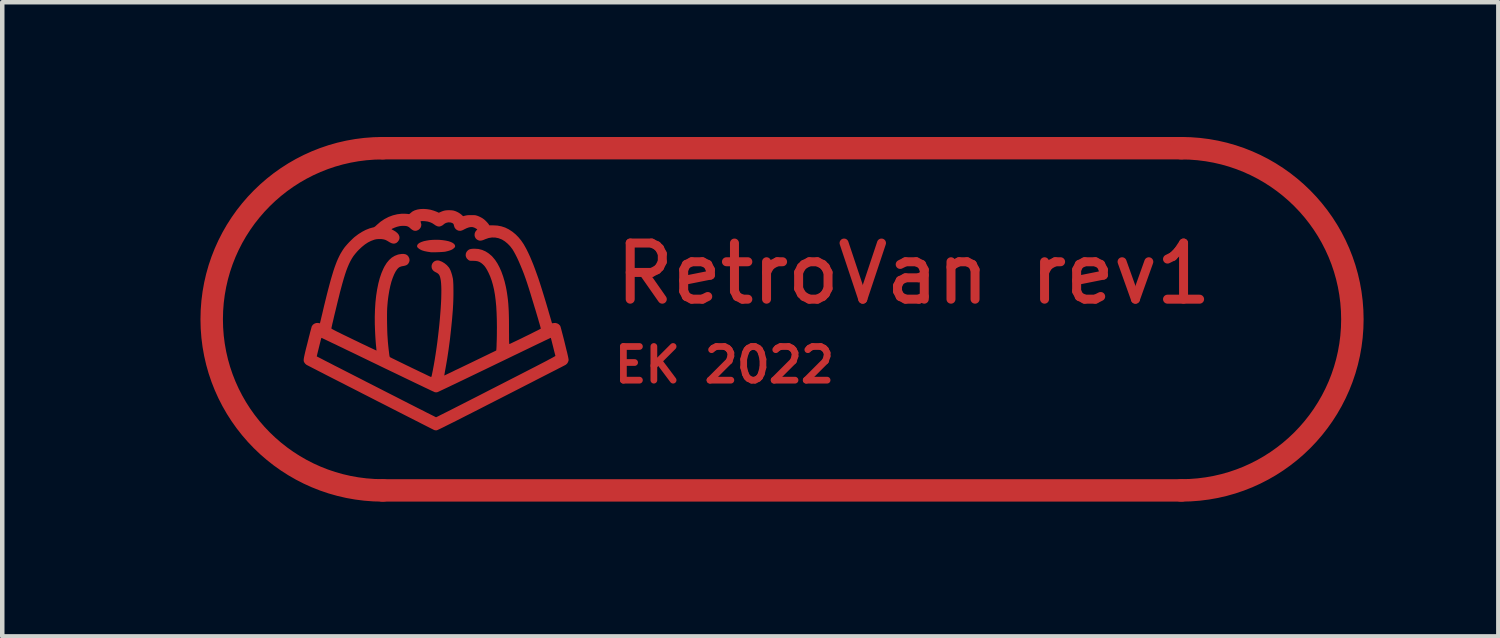
<source format=kicad_pcb>
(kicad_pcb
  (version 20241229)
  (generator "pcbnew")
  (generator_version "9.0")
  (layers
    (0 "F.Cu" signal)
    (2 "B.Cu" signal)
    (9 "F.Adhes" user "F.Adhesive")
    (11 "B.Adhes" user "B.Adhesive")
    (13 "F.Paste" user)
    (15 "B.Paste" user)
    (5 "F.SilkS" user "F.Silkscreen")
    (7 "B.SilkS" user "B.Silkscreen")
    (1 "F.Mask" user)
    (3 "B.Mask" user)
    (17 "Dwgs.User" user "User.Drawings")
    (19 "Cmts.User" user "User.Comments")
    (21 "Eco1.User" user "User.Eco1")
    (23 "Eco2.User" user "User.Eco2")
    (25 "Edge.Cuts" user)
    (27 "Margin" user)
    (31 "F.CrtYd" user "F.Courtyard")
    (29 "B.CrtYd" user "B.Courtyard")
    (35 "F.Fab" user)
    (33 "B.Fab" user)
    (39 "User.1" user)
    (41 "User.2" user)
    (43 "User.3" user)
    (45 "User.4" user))
  (footprint "ElsassKabel_Logo"
    (layer "F.Cu")
    (at 6.744 4.06)
    (property "Reference" "ElsassKabel_Logo" (at 0 -0.5 0) (unlocked yes) (layer "F.Mask") (effects (font (size 1 1) (thickness 0.15))))
    (attr smd)
    (fp_line (start -1.27 -3.81) (end 16.51 -3.81) (stroke (width 0.5) (type solid)) (layer "F.Cu"))
    (fp_line (start 16.51 3.81) (end -1.27 3.81) (stroke (width 0.5) (type solid)) (layer "F.Cu"))
    (fp_arc (start -1.27 3.81) (mid -5.08 0) (end -1.27 -3.81) (stroke (width 0.5) (type solid)) (layer "F.Cu"))
    (fp_arc (start 16.51 -3.81) (mid 20.32 0) (end 16.51 3.81) (stroke (width 0.5) (type solid)) (layer "F.Cu"))
    (fp_poly (pts (xy -0.005 -1.769) (xy 0.068 -1.762) (xy 0.134 -1.752) (xy 0.193 -1.739) (xy 0.244 -1.722) (xy 0.285 -1.702) (xy 0.315 -1.68) (xy 0.334 -1.656) (xy 0.341 -1.63) (xy 0.338 -1.614) (xy 0.328 -1.598) (xy 0.313 -1.583) (xy 0.289 -1.564) (xy 0.261 -1.548) (xy 0.226 -1.534) (xy 0.184 -1.521) (xy 0.13 -1.508) (xy 0.122 -1.506) (xy 0.102 -1.503) (xy 0.073 -1.501) (xy 0.035 -1.498) (xy -0.007 -1.496) (xy -0.052 -1.494) (xy -0.096 -1.493) (xy -0.136 -1.492) (xy -0.171 -1.492) (xy -0.196 -1.493) (xy -0.206 -1.494) (xy -0.222 -1.497) (xy -0.245 -1.5) (xy -0.271 -1.504) (xy -0.342 -1.518) (xy -0.4 -1.536) (xy -0.446 -1.559) (xy -0.479 -1.583) (xy -0.497 -1.601) (xy -0.505 -1.616) (xy -0.507 -1.63) (xy -0.501 -1.656) (xy -0.481 -1.681) (xy -0.451 -1.703) (xy -0.409 -1.722) (xy -0.359 -1.739) (xy -0.299 -1.752) (xy -0.233 -1.763) (xy -0.16 -1.769) (xy -0.083 -1.771)) (stroke (width 0) (type solid)) (fill yes) (layer "F.Cu"))
    (fp_poly (pts (xy -0.288 -2.453) (xy -0.212 -2.441) (xy -0.135 -2.419) (xy -0.076 -2.397) (xy -0.022 -2.373) (xy 0.021 -2.392) (xy 0.05 -2.404) (xy 0.082 -2.415) (xy 0.101 -2.42) (xy 0.135 -2.426) (xy 0.177 -2.429) (xy 0.222 -2.429) (xy 0.265 -2.427) (xy 0.3 -2.422) (xy 0.306 -2.421) (xy 0.356 -2.405) (xy 0.407 -2.381) (xy 0.453 -2.352) (xy 0.48 -2.331) (xy 0.518 -2.296) (xy 0.564 -2.308) (xy 0.592 -2.314) (xy 0.622 -2.318) (xy 0.66 -2.32) (xy 0.703 -2.32) (xy 0.741 -2.32) (xy 0.77 -2.319) (xy 0.792 -2.317) (xy 0.812 -2.312) (xy 0.832 -2.306) (xy 0.852 -2.299) (xy 0.886 -2.284) (xy 0.922 -2.266) (xy 0.954 -2.247) (xy 0.956 -2.246) (xy 0.987 -2.223) (xy 1.019 -2.194) (xy 1.05 -2.162) (xy 1.076 -2.132) (xy 1.091 -2.111) (xy 1.102 -2.092) (xy 1.189 -2.092) (xy 1.283 -2.087) (xy 1.371 -2.07) (xy 1.454 -2.043) (xy 1.535 -2.003) (xy 1.616 -1.95) (xy 1.621 -1.946) (xy 1.689 -1.89) (xy 1.752 -1.826) (xy 1.811 -1.754) (xy 1.867 -1.672) (xy 1.92 -1.578) (xy 1.938 -1.543) (xy 1.974 -1.469) (xy 2.01 -1.391) (xy 2.045 -1.308) (xy 2.081 -1.22) (xy 2.117 -1.125) (xy 2.154 -1.023) (xy 2.193 -0.914) (xy 2.232 -0.795) (xy 2.273 -0.666) (xy 2.316 -0.527) (xy 2.362 -0.376) (xy 2.41 -0.214) (xy 2.427 -0.153) (xy 2.443 -0.099) (xy 2.458 -0.048) (xy 2.471 -0.004) (xy 2.482 0.034) (xy 2.49 0.063) (xy 2.496 0.081) (xy 2.498 0.088) (xy 2.498 0.088) (xy 2.505 0.088) (xy 2.522 0.086) (xy 2.532 0.084) (xy 2.574 0.081) (xy 2.613 0.091) (xy 2.648 0.111) (xy 2.676 0.14) (xy 2.683 0.152) (xy 2.686 0.162) (xy 2.693 0.184) (xy 2.702 0.217) (xy 2.713 0.259) (xy 2.726 0.309) (xy 2.741 0.366) (xy 2.757 0.428) (xy 2.774 0.495) (xy 2.782 0.528) (xy 2.802 0.61) (xy 2.819 0.68) (xy 2.834 0.738) (xy 2.845 0.787) (xy 2.854 0.826) (xy 2.86 0.856) (xy 2.864 0.88) (xy 2.867 0.897) (xy 2.867 0.908) (xy 2.867 0.913) (xy 2.855 0.951) (xy 2.835 0.985) (xy 2.807 1.01) (xy 2.8 1.015) (xy 2.791 1.019) (xy 2.771 1.03) (xy 2.74 1.046) (xy 2.698 1.068) (xy 2.646 1.094) (xy 2.585 1.126) (xy 2.514 1.162) (xy 2.436 1.202) (xy 2.35 1.246) (xy 2.256 1.294) (xy 2.156 1.345) (xy 2.05 1.4) (xy 1.938 1.457) (xy 1.821 1.517) (xy 1.7 1.579) (xy 1.575 1.643) (xy 1.446 1.709) (xy 1.366 1.75) (xy 1.201 1.834) (xy 1.048 1.912) (xy 0.906 1.985) (xy 0.776 2.051) (xy 0.656 2.112) (xy 0.547 2.167) (xy 0.448 2.218) (xy 0.359 2.263) (xy 0.279 2.303) (xy 0.208 2.338) (xy 0.146 2.369) (xy 0.093 2.396) (xy 0.048 2.418) (xy 0.011 2.436) (xy -0.019 2.45) (xy -0.042 2.461) (xy -0.058 2.468) (xy -0.068 2.471) (xy -0.07 2.472) (xy -0.097 2.472) (xy -0.122 2.467) (xy -0.124 2.467) (xy -0.132 2.463) (xy -0.151 2.453) (xy -0.181 2.438) (xy -0.221 2.418) (xy -0.27 2.393) (xy -0.329 2.363) (xy -0.396 2.329) (xy -0.47 2.291) (xy -0.551 2.25) (xy -0.639 2.205) (xy -0.732 2.158) (xy -0.83 2.108) (xy -0.932 2.056) (xy -1.038 2.002) (xy -1.147 1.946) (xy -1.259 1.889) (xy -1.372 1.832) (xy -1.485 1.774) (xy -1.6 1.715) (xy -1.714 1.657) (xy -1.827 1.599) (xy -1.938 1.542) (xy -2.047 1.487) (xy -2.153 1.432) (xy -2.256 1.38) (xy -2.354 1.33) (xy -2.448 1.282) (xy -2.536 1.237) (xy -2.617 1.195) (xy -2.692 1.157) (xy -2.759 1.122) (xy -2.818 1.092) (xy -2.868 1.066) (xy -2.909 1.045) (xy -2.94 1.029) (xy -2.944 1.027) (xy -2.974 1.01) (xy -2.995 0.992) (xy -3.01 0.972) (xy -3.018 0.961) (xy -3.024 0.95) (xy -3.028 0.939) (xy -3.031 0.926) (xy -3.032 0.911) (xy -3.031 0.892) (xy -3.028 0.868) (xy -3.023 0.839) (xy -3.02 0.826) (xy -2.74 0.826) (xy -2.734 0.83) (xy -2.715 0.839) (xy -2.687 0.854) (xy -2.647 0.874) (xy -2.599 0.899) (xy -2.542 0.929) (xy -2.476 0.962) (xy -2.403 1) (xy -2.324 1.041) (xy -2.238 1.084) (xy -2.147 1.131) (xy -2.051 1.18) (xy -1.951 1.231) (xy -1.847 1.284) (xy -1.741 1.338) (xy -1.633 1.394) (xy -1.524 1.449) (xy -1.413 1.506) (xy -1.303 1.562) (xy -1.194 1.618) (xy -1.086 1.673) (xy -0.979 1.727) (xy -0.876 1.78) (xy -0.776 1.831) (xy -0.68 1.88) (xy -0.589 1.926) (xy -0.503 1.97) (xy -0.423 2.01) (xy -0.35 2.047) (xy -0.284 2.081) (xy -0.226 2.11) (xy -0.178 2.134) (xy -0.138 2.154) (xy -0.109 2.169) (xy -0.091 2.178) (xy -0.084 2.181) (xy -0.084 2.181) (xy -0.077 2.178) (xy -0.058 2.169) (xy -0.029 2.155) (xy 0.011 2.134) (xy 0.061 2.109) (xy 0.121 2.079) (xy 0.189 2.045) (xy 0.266 2.006) (xy 0.35 1.963) (xy 0.441 1.917) (xy 0.539 1.867) (xy 0.643 1.814) (xy 0.753 1.758) (xy 0.867 1.7) (xy 0.986 1.639) (xy 1.108 1.576) (xy 1.234 1.512) (xy 1.251 1.503) (xy 1.408 1.423) (xy 1.552 1.349) (xy 1.685 1.281) (xy 1.808 1.218) (xy 1.919 1.161) (xy 2.02 1.109) (xy 2.112 1.062) (xy 2.193 1.02) (xy 2.266 0.982) (xy 2.33 0.949) (xy 2.385 0.92) (xy 2.433 0.894) (xy 2.473 0.873) (xy 2.505 0.856) (xy 2.531 0.841) (xy 2.55 0.83) (xy 2.564 0.822) (xy 2.571 0.817) (xy 2.573 0.815) (xy 2.573 0.814) (xy 2.571 0.805) (xy 2.566 0.785) (xy 2.558 0.754) (xy 2.548 0.716) (xy 2.537 0.671) (xy 2.525 0.622) (xy 2.522 0.609) (xy 2.509 0.56) (xy 2.498 0.515) (xy 2.488 0.476) (xy 2.48 0.445) (xy 2.474 0.423) (xy 2.471 0.413) (xy 2.471 0.412) (xy 2.464 0.415) (xy 2.446 0.423) (xy 2.417 0.437) (xy 2.377 0.456) (xy 2.328 0.479) (xy 2.269 0.508) (xy 2.201 0.54) (xy 2.124 0.577) (xy 2.041 0.617) (xy 1.95 0.661) (xy 1.852 0.708) (xy 1.749 0.758) (xy 1.64 0.81) (xy 1.527 0.865) (xy 1.409 0.922) (xy 1.288 0.98) (xy 1.222 1.012) (xy 1.098 1.072) (xy 0.978 1.13) (xy 0.861 1.186) (xy 0.749 1.24) (xy 0.641 1.292) (xy 0.539 1.341) (xy 0.443 1.387) (xy 0.354 1.43) (xy 0.271 1.469) (xy 0.197 1.505) (xy 0.131 1.536) (xy 0.074 1.563) (xy 0.027 1.585) (xy -0.01 1.603) (xy -0.036 1.615) (xy -0.051 1.621) (xy -0.054 1.623) (xy -0.083 1.627) (xy -0.111 1.623) (xy -0.112 1.623) (xy -0.121 1.619) (xy -0.142 1.609) (xy -0.174 1.595) (xy -0.216 1.575) (xy -0.268 1.55) (xy -0.33 1.521) (xy -0.4 1.487) (xy -0.478 1.45) (xy -0.564 1.409) (xy -0.657 1.364) (xy -0.756 1.317) (xy -0.861 1.266) (xy -0.971 1.213) (xy -1.086 1.158) (xy -1.205 1.101) (xy -1.327 1.042) (xy -1.388 1.012) (xy -1.511 0.953) (xy -1.631 0.895) (xy -1.747 0.839) (xy -1.858 0.785) (xy -1.964 0.734) (xy -2.065 0.686) (xy -2.159 0.64) (xy -2.247 0.598) (xy -2.327 0.559) (xy -2.4 0.525) (xy -2.464 0.494) (xy -2.519 0.468) (xy -2.564 0.446) (xy -2.599 0.43) (xy -2.623 0.418) (xy -2.635 0.413) (xy -2.637 0.412) (xy -2.639 0.419) (xy -2.645 0.437) (xy -2.652 0.465) (xy -2.661 0.5) (xy -2.671 0.54) (xy -2.682 0.584) (xy -2.693 0.629) (xy -2.704 0.674) (xy -2.715 0.717) (xy -2.724 0.755) (xy -2.732 0.787) (xy -2.737 0.81) (xy -2.74 0.824) (xy -2.74 0.826) (xy -3.02 0.826) (xy -3.015 0.802) (xy -3.005 0.757) (xy -2.992 0.702) (xy -2.976 0.637) (xy -2.956 0.56) (xy -2.948 0.528) (xy -2.931 0.46) (xy -2.915 0.395) (xy -2.899 0.335) (xy -2.886 0.282) (xy -2.873 0.236) (xy -2.865 0.205) (xy -2.415 0.205) (xy -2.41 0.209) (xy -2.396 0.218) (xy -2.371 0.232) (xy -2.337 0.25) (xy -2.292 0.273) (xy -2.236 0.3) (xy -2.169 0.334) (xy -2.09 0.372) (xy -1.999 0.416) (xy -1.915 0.457) (xy -1.837 0.494) (xy -1.764 0.53) (xy -1.694 0.563) (xy -1.63 0.593) (xy -1.573 0.621) (xy -1.523 0.644) (xy -1.481 0.664) (xy -1.448 0.679) (xy -1.425 0.69) (xy -1.413 0.695) (xy -1.412 0.695) (xy -1.411 0.688) (xy -1.413 0.67) (xy -1.415 0.645) (xy -1.416 0.632) (xy -1.423 0.566) (xy -1.429 0.49) (xy -1.435 0.406) (xy -1.44 0.316) (xy -1.444 0.225) (xy -1.447 0.134) (xy -1.448 0.117) (xy -1.449 -0.054) (xy -1.444 -0.219) (xy -1.434 -0.376) (xy -1.418 -0.526) (xy -1.396 -0.667) (xy -1.369 -0.799) (xy -1.337 -0.92) (xy -1.299 -1.031) (xy -1.256 -1.13) (xy -1.231 -1.179) (xy -1.183 -1.256) (xy -1.129 -1.321) (xy -1.071 -1.373) (xy -1.007 -1.412) (xy -0.939 -1.439) (xy -0.911 -1.446) (xy -0.851 -1.455) (xy -0.8 -1.455) (xy -0.758 -1.446) (xy -0.725 -1.427) (xy -0.7 -1.398) (xy -0.699 -1.397) (xy -0.68 -1.356) (xy -0.674 -1.317) (xy -0.682 -1.278) (xy -0.7 -1.244) (xy -0.718 -1.223) (xy -0.742 -1.207) (xy -0.773 -1.195) (xy -0.815 -1.186) (xy -0.819 -1.186) (xy -0.861 -1.177) (xy -0.894 -1.164) (xy -0.921 -1.146) (xy -0.945 -1.121) (xy -0.951 -1.114) (xy -0.986 -1.062) (xy -1.019 -0.997) (xy -1.05 -0.921) (xy -1.079 -0.835) (xy -1.104 -0.739) (xy -1.126 -0.635) (xy -1.144 -0.525) (xy -1.153 -0.46) (xy -1.161 -0.389) (xy -1.167 -0.321) (xy -1.172 -0.252) (xy -1.175 -0.18) (xy -1.176 -0.102) (xy -1.176 -0.016) (xy -1.175 0.081) (xy -1.175 0.089) (xy -1.173 0.18) (xy -1.171 0.263) (xy -1.168 0.34) (xy -1.163 0.415) (xy -1.158 0.489) (xy -1.151 0.567) (xy -1.142 0.652) (xy -1.131 0.745) (xy -1.125 0.795) (xy -1.121 0.818) (xy -1.116 0.835) (xy -1.112 0.841) (xy -1.105 0.846) (xy -1.086 0.855) (xy -1.057 0.87) (xy -1.02 0.888) (xy -0.975 0.91) (xy -0.924 0.935) (xy -0.867 0.963) (xy -0.807 0.992) (xy -0.744 1.023) (xy -0.679 1.054) (xy -0.614 1.086) (xy -0.549 1.117) (xy -0.486 1.147) (xy -0.427 1.176) (xy -0.371 1.202) (xy -0.321 1.226) (xy -0.278 1.247) (xy -0.243 1.264) (xy -0.216 1.276) (xy -0.2 1.283) (xy -0.195 1.285) (xy -0.189 1.279) (xy -0.183 1.264) (xy -0.18 1.251) (xy -0.157 1.14) (xy -0.135 1.023) (xy -0.114 0.901) (xy -0.094 0.775) (xy -0.075 0.647) (xy -0.057 0.517) (xy -0.041 0.386) (xy -0.026 0.256) (xy -0.012 0.127) (xy 0 0) (xy 0.01 -0.123) (xy 0.019 -0.242) (xy 0.026 -0.355) (xy 0.031 -0.462) (xy 0.033 -0.561) (xy 0.034 -0.652) (xy 0.032 -0.733) (xy 0.028 -0.803) (xy 0.022 -0.861) (xy 0.016 -0.894) (xy 0.006 -0.938) (xy -0.006 -0.972) (xy -0.021 -0.997) (xy -0.041 -1.018) (xy -0.068 -1.036) (xy -0.094 -1.049) (xy -0.133 -1.072) (xy -0.16 -1.099) (xy -0.177 -1.131) (xy -0.184 -1.165) (xy -0.182 -1.205) (xy -0.168 -1.242) (xy -0.145 -1.272) (xy -0.115 -1.295) (xy -0.079 -1.308) (xy -0.04 -1.311) (xy -0.013 -1.306) (xy 0.048 -1.282) (xy 0.106 -1.247) (xy 0.157 -1.205) (xy 0.2 -1.156) (xy 0.214 -1.135) (xy 0.235 -1.095) (xy 0.254 -1.044) (xy 0.272 -0.987) (xy 0.286 -0.927) (xy 0.291 -0.905) (xy 0.295 -0.872) (xy 0.298 -0.827) (xy 0.301 -0.772) (xy 0.302 -0.709) (xy 0.303 -0.64) (xy 0.303 -0.567) (xy 0.302 -0.491) (xy 0.3 -0.416) (xy 0.297 -0.342) (xy 0.293 -0.272) (xy 0.291 -0.229) (xy 0.272 0.003) (xy 0.249 0.231) (xy 0.224 0.454) (xy 0.195 0.671) (xy 0.164 0.878) (xy 0.13 1.074) (xy 0.119 1.134) (xy 0.112 1.172) (xy 0.107 1.205) (xy 0.102 1.23) (xy 0.1 1.247) (xy 0.1 1.252) (xy 0.106 1.249) (xy 0.124 1.24) (xy 0.152 1.227) (xy 0.189 1.209) (xy 0.234 1.188) (xy 0.286 1.163) (xy 0.344 1.134) (xy 0.408 1.104) (xy 0.475 1.072) (xy 0.545 1.038) (xy 0.618 1.003) (xy 0.691 0.968) (xy 0.763 0.933) (xy 0.835 0.898) (xy 0.904 0.865) (xy 0.97 0.833) (xy 1.032 0.803) (xy 1.088 0.776) (xy 1.138 0.751) (xy 1.181 0.731) (xy 1.215 0.714) (xy 1.239 0.703) (xy 1.253 0.696) (xy 1.255 0.694) (xy 1.257 0.686) (xy 1.259 0.666) (xy 1.261 0.635) (xy 1.263 0.596) (xy 1.264 0.548) (xy 1.266 0.495) (xy 1.268 0.437) (xy 1.269 0.376) (xy 1.27 0.314) (xy 1.27 0.252) (xy 1.271 0.192) (xy 1.271 0.185) (xy 1.269 0.015) (xy 1.264 -0.142) (xy 1.256 -0.287) (xy 1.243 -0.422) (xy 1.227 -0.546) (xy 1.207 -0.66) (xy 1.182 -0.766) (xy 1.154 -0.863) (xy 1.121 -0.954) (xy 1.084 -1.037) (xy 1.079 -1.046) (xy 1.053 -1.097) (xy 1.029 -1.137) (xy 1.007 -1.17) (xy 0.984 -1.198) (xy 0.958 -1.223) (xy 0.958 -1.224) (xy 0.921 -1.254) (xy 0.885 -1.276) (xy 0.847 -1.291) (xy 0.803 -1.299) (xy 0.75 -1.302) (xy 0.739 -1.302) (xy 0.706 -1.302) (xy 0.683 -1.303) (xy 0.666 -1.306) (xy 0.654 -1.31) (xy 0.642 -1.317) (xy 0.634 -1.323) (xy 0.603 -1.352) (xy 0.583 -1.387) (xy 0.575 -1.425) (xy 0.579 -1.463) (xy 0.594 -1.5) (xy 0.618 -1.529) (xy 0.64 -1.547) (xy 0.666 -1.56) (xy 0.697 -1.567) (xy 0.736 -1.571) (xy 0.775 -1.572) (xy 0.859 -1.566) (xy 0.939 -1.546) (xy 1.016 -1.513) (xy 1.088 -1.467) (xy 1.157 -1.409) (xy 1.178 -1.386) (xy 1.231 -1.322) (xy 1.281 -1.246) (xy 1.328 -1.158) (xy 1.371 -1.061) (xy 1.409 -0.955) (xy 1.443 -0.841) (xy 1.471 -0.722) (xy 1.486 -0.645) (xy 1.498 -0.57) (xy 1.508 -0.498) (xy 1.517 -0.425) (xy 1.524 -0.351) (xy 1.529 -0.273) (xy 1.534 -0.189) (xy 1.537 -0.099) (xy 1.539 0.001) (xy 1.54 0.111) (xy 1.54 0.197) (xy 1.54 0.277) (xy 1.541 0.344) (xy 1.541 0.399) (xy 1.541 0.444) (xy 1.542 0.479) (xy 1.543 0.506) (xy 1.544 0.526) (xy 1.545 0.539) (xy 1.547 0.547) (xy 1.549 0.55) (xy 1.551 0.55) (xy 1.565 0.545) (xy 1.588 0.534) (xy 1.621 0.518) (xy 1.661 0.499) (xy 1.707 0.477) (xy 1.758 0.453) (xy 1.812 0.427) (xy 1.868 0.399) (xy 1.925 0.371) (xy 1.981 0.344) (xy 2.035 0.317) (xy 2.086 0.291) (xy 2.132 0.268) (xy 2.173 0.248) (xy 2.206 0.231) (xy 2.23 0.218) (xy 2.245 0.21) (xy 2.248 0.208) (xy 2.246 0.198) (xy 2.241 0.176) (xy 2.232 0.143) (xy 2.22 0.101) (xy 2.205 0.051) (xy 2.189 -0.007) (xy 2.17 -0.07) (xy 2.15 -0.138) (xy 2.129 -0.209) (xy 2.106 -0.282) (xy 2.084 -0.356) (xy 2.061 -0.431) (xy 2.039 -0.503) (xy 2.018 -0.573) (xy 1.997 -0.64) (xy 1.978 -0.701) (xy 1.96 -0.756) (xy 1.945 -0.803) (xy 1.943 -0.81) (xy 1.909 -0.909) (xy 1.873 -1.009) (xy 1.835 -1.106) (xy 1.796 -1.2) (xy 1.758 -1.289) (xy 1.72 -1.371) (xy 1.683 -1.444) (xy 1.648 -1.508) (xy 1.616 -1.561) (xy 1.612 -1.566) (xy 1.564 -1.629) (xy 1.508 -1.686) (xy 1.448 -1.736) (xy 1.385 -1.775) (xy 1.376 -1.779) (xy 1.307 -1.806) (xy 1.235 -1.82) (xy 1.161 -1.822) (xy 1.087 -1.81) (xy 1.012 -1.784) (xy 1.003 -1.78) (xy 0.958 -1.762) (xy 0.921 -1.753) (xy 0.889 -1.751) (xy 0.864 -1.757) (xy 0.827 -1.775) (xy 0.799 -1.802) (xy 0.781 -1.835) (xy 0.773 -1.872) (xy 0.776 -1.91) (xy 0.789 -1.947) (xy 0.814 -1.98) (xy 0.835 -2.002) (xy 0.802 -2.023) (xy 0.766 -2.042) (xy 0.729 -2.053) (xy 0.69 -2.054) (xy 0.648 -2.047) (xy 0.6 -2.03) (xy 0.546 -2.004) (xy 0.523 -1.992) (xy 0.497 -1.98) (xy 0.468 -1.972) (xy 0.457 -1.97) (xy 0.418 -1.973) (xy 0.383 -1.987) (xy 0.352 -2.011) (xy 0.329 -2.043) (xy 0.316 -2.08) (xy 0.316 -2.08) (xy 0.31 -2.108) (xy 0.301 -2.126) (xy 0.285 -2.139) (xy 0.27 -2.147) (xy 0.233 -2.157) (xy 0.192 -2.159) (xy 0.152 -2.151) (xy 0.115 -2.136) (xy 0.086 -2.114) (xy 0.084 -2.112) (xy 0.066 -2.097) (xy 0.041 -2.083) (xy 0.013 -2.071) (xy -0.012 -2.065) (xy -0.018 -2.065) (xy -0.053 -2.071) (xy -0.091 -2.088) (xy -0.125 -2.111) (xy -0.169 -2.14) (xy -0.214 -2.16) (xy -0.265 -2.175) (xy -0.279 -2.178) (xy -0.31 -2.182) (xy -0.342 -2.186) (xy -0.374 -2.187) (xy -0.4 -2.187) (xy -0.42 -2.185) (xy -0.428 -2.181) (xy -0.428 -2.172) (xy -0.423 -2.155) (xy -0.421 -2.149) (xy -0.412 -2.112) (xy -0.416 -2.075) (xy -0.429 -2.04) (xy -0.453 -2.01) (xy -0.483 -1.987) (xy -0.52 -1.973) (xy -0.529 -1.971) (xy -0.561 -1.971) (xy -0.591 -1.979) (xy -0.622 -1.997) (xy -0.654 -2.023) (xy -0.682 -2.048) (xy -0.708 -2.064) (xy -0.734 -2.074) (xy -0.766 -2.079) (xy -0.806 -2.081) (xy -0.818 -2.081) (xy -0.863 -2.079) (xy -0.901 -2.073) (xy -0.941 -2.063) (xy -0.947 -2.062) (xy -0.977 -2.052) (xy -1.007 -2.041) (xy -1.034 -2.029) (xy -1.057 -2.019) (xy -1.071 -2.011) (xy -1.075 -2.006) (xy -1.069 -2.002) (xy -1.055 -1.993) (xy -1.042 -1.987) (xy -0.988 -1.955) (xy -0.946 -1.921) (xy -0.917 -1.885) (xy -0.901 -1.847) (xy -0.898 -1.808) (xy -0.904 -1.781) (xy -0.917 -1.754) (xy -0.937 -1.727) (xy -0.961 -1.706) (xy -0.971 -1.699) (xy -1.004 -1.687) (xy -1.037 -1.685) (xy -1.071 -1.693) (xy -1.11 -1.711) (xy -1.137 -1.727) (xy -1.179 -1.752) (xy -1.217 -1.77) (xy -1.255 -1.78) (xy -1.297 -1.786) (xy -1.338 -1.787) (xy -1.379 -1.786) (xy -1.412 -1.783) (xy -1.442 -1.777) (xy -1.464 -1.771) (xy -1.534 -1.745) (xy -1.601 -1.711) (xy -1.668 -1.667) (xy -1.736 -1.612) (xy -1.803 -1.549) (xy -1.847 -1.503) (xy -1.887 -1.455) (xy -1.925 -1.406) (xy -1.959 -1.353) (xy -1.991 -1.296) (xy -2.022 -1.233) (xy -2.052 -1.163) (xy -2.082 -1.085) (xy -2.111 -0.999) (xy -2.141 -0.901) (xy -2.172 -0.793) (xy -2.198 -0.697) (xy -2.21 -0.652) (xy -2.224 -0.6) (xy -2.238 -0.541) (xy -2.254 -0.477) (xy -2.271 -0.41) (xy -2.288 -0.34) (xy -2.305 -0.269) (xy -2.322 -0.199) (xy -2.339 -0.13) (xy -2.355 -0.064) (xy -2.369 -0.002) (xy -2.382 0.054) (xy -2.394 0.103) (xy -2.403 0.145) (xy -2.41 0.176) (xy -2.414 0.197) (xy -2.415 0.205) (xy -2.865 0.205) (xy -2.863 0.198) (xy -2.856 0.171) (xy -2.851 0.155) (xy -2.849 0.152) (xy -2.826 0.12) (xy -2.793 0.097) (xy -2.756 0.083) (xy -2.716 0.081) (xy -2.702 0.083) (xy -2.684 0.087) (xy -2.672 0.088) (xy -2.67 0.087) (xy -2.668 0.08) (xy -2.663 0.061) (xy -2.656 0.033) (xy -2.647 -0.004) (xy -2.637 -0.048) (xy -2.625 -0.097) (xy -2.62 -0.117) (xy -2.583 -0.276) (xy -2.547 -0.423) (xy -2.514 -0.557) (xy -2.482 -0.681) (xy -2.452 -0.793) (xy -2.424 -0.896) (xy -2.396 -0.99) (xy -2.37 -1.076) (xy -2.344 -1.154) (xy -2.318 -1.225) (xy -2.293 -1.29) (xy -2.267 -1.349) (xy -2.241 -1.404) (xy -2.215 -1.455) (xy -2.187 -1.502) (xy -2.159 -1.547) (xy -2.129 -1.59) (xy -2.119 -1.604) (xy -2.092 -1.636) (xy -2.059 -1.674) (xy -2.02 -1.716) (xy -1.979 -1.757) (xy -1.939 -1.796) (xy -1.903 -1.829) (xy -1.895 -1.835) (xy -1.816 -1.895) (xy -1.734 -1.947) (xy -1.65 -1.991) (xy -1.566 -2.024) (xy -1.491 -2.045) (xy -1.472 -2.049) (xy -1.456 -2.057) (xy -1.44 -2.068) (xy -1.419 -2.087) (xy -1.403 -2.102) (xy -1.322 -2.172) (xy -1.234 -2.231) (xy -1.142 -2.279) (xy -1.046 -2.315) (xy -0.948 -2.339) (xy -0.85 -2.351) (xy -0.814 -2.351) (xy -0.779 -2.351) (xy -0.747 -2.349) (xy -0.721 -2.347) (xy -0.708 -2.345) (xy -0.689 -2.343) (xy -0.677 -2.346) (xy -0.664 -2.356) (xy -0.656 -2.363) (xy -0.614 -2.398) (xy -0.562 -2.425) (xy -0.501 -2.444) (xy -0.434 -2.455) (xy -0.363 -2.458)) (stroke (width 0) (type solid)) (fill yes) (layer "F.Cu"))
    (fp_line (start -1.27 -3.81) (end 16.51 -3.81) (stroke (width 0.5) (type solid)) (layer "F.Mask"))
    (fp_line (start 16.51 3.81) (end -1.27 3.81) (stroke (width 0.5) (type solid)) (layer "F.Mask"))
    (fp_arc (start -1.27 3.81) (mid -5.08 0) (end -1.27 -3.81) (stroke (width 0.5) (type solid)) (layer "F.Mask"))
    (fp_arc (start 16.51 -3.81) (mid 20.32 0) (end 16.51 3.81) (stroke (width 0.5) (type solid)) (layer "F.Mask"))
    (fp_poly (pts (xy -0.005 -1.769) (xy 0.068 -1.762) (xy 0.134 -1.752) (xy 0.193 -1.739) (xy 0.244 -1.722) (xy 0.285 -1.702) (xy 0.315 -1.68) (xy 0.334 -1.656) (xy 0.341 -1.63) (xy 0.338 -1.614) (xy 0.328 -1.598) (xy 0.313 -1.583) (xy 0.289 -1.564) (xy 0.261 -1.548) (xy 0.226 -1.534) (xy 0.184 -1.521) (xy 0.13 -1.508) (xy 0.122 -1.506) (xy 0.102 -1.503) (xy 0.073 -1.501) (xy 0.035 -1.498) (xy -0.007 -1.496) (xy -0.052 -1.494) (xy -0.096 -1.493) (xy -0.136 -1.492) (xy -0.171 -1.492) (xy -0.196 -1.493) (xy -0.206 -1.494) (xy -0.222 -1.497) (xy -0.245 -1.5) (xy -0.271 -1.504) (xy -0.342 -1.518) (xy -0.4 -1.536) (xy -0.446 -1.559) (xy -0.479 -1.583) (xy -0.497 -1.601) (xy -0.505 -1.616) (xy -0.507 -1.63) (xy -0.501 -1.656) (xy -0.481 -1.681) (xy -0.451 -1.703) (xy -0.409 -1.722) (xy -0.359 -1.739) (xy -0.299 -1.752) (xy -0.233 -1.763) (xy -0.16 -1.769) (xy -0.083 -1.771)) (stroke (width 0) (type solid)) (fill yes) (layer "F.Mask"))
    (fp_poly (pts (xy -0.288 -2.453) (xy -0.212 -2.441) (xy -0.135 -2.419) (xy -0.076 -2.397) (xy -0.022 -2.373) (xy 0.021 -2.392) (xy 0.05 -2.404) (xy 0.082 -2.415) (xy 0.101 -2.42) (xy 0.135 -2.426) (xy 0.177 -2.429) (xy 0.222 -2.429) (xy 0.265 -2.427) (xy 0.3 -2.422) (xy 0.306 -2.421) (xy 0.356 -2.405) (xy 0.407 -2.381) (xy 0.453 -2.352) (xy 0.48 -2.331) (xy 0.518 -2.296) (xy 0.564 -2.308) (xy 0.592 -2.314) (xy 0.622 -2.318) (xy 0.66 -2.32) (xy 0.703 -2.32) (xy 0.741 -2.32) (xy 0.77 -2.319) (xy 0.792 -2.317) (xy 0.812 -2.312) (xy 0.832 -2.306) (xy 0.852 -2.299) (xy 0.886 -2.284) (xy 0.922 -2.266) (xy 0.954 -2.247) (xy 0.956 -2.246) (xy 0.987 -2.223) (xy 1.019 -2.194) (xy 1.05 -2.162) (xy 1.076 -2.132) (xy 1.091 -2.111) (xy 1.102 -2.092) (xy 1.189 -2.092) (xy 1.283 -2.087) (xy 1.371 -2.07) (xy 1.454 -2.043) (xy 1.535 -2.003) (xy 1.616 -1.95) (xy 1.621 -1.946) (xy 1.689 -1.89) (xy 1.752 -1.826) (xy 1.811 -1.754) (xy 1.867 -1.672) (xy 1.92 -1.578) (xy 1.938 -1.543) (xy 1.974 -1.469) (xy 2.01 -1.391) (xy 2.045 -1.308) (xy 2.081 -1.22) (xy 2.117 -1.125) (xy 2.154 -1.023) (xy 2.193 -0.914) (xy 2.232 -0.795) (xy 2.273 -0.666) (xy 2.316 -0.527) (xy 2.362 -0.376) (xy 2.41 -0.214) (xy 2.427 -0.153) (xy 2.443 -0.099) (xy 2.458 -0.048) (xy 2.471 -0.004) (xy 2.482 0.034) (xy 2.49 0.063) (xy 2.496 0.081) (xy 2.498 0.088) (xy 2.498 0.088) (xy 2.505 0.088) (xy 2.522 0.086) (xy 2.532 0.084) (xy 2.574 0.081) (xy 2.613 0.091) (xy 2.648 0.111) (xy 2.676 0.14) (xy 2.683 0.152) (xy 2.686 0.162) (xy 2.693 0.184) (xy 2.702 0.217) (xy 2.713 0.259) (xy 2.726 0.309) (xy 2.741 0.366) (xy 2.757 0.428) (xy 2.774 0.495) (xy 2.782 0.528) (xy 2.802 0.61) (xy 2.819 0.68) (xy 2.834 0.738) (xy 2.845 0.787) (xy 2.854 0.826) (xy 2.86 0.856) (xy 2.864 0.88) (xy 2.867 0.897) (xy 2.867 0.908) (xy 2.867 0.913) (xy 2.855 0.951) (xy 2.835 0.985) (xy 2.807 1.01) (xy 2.8 1.015) (xy 2.791 1.019) (xy 2.771 1.03) (xy 2.74 1.046) (xy 2.698 1.068) (xy 2.646 1.094) (xy 2.585 1.126) (xy 2.514 1.162) (xy 2.436 1.202) (xy 2.35 1.246) (xy 2.256 1.294) (xy 2.156 1.345) (xy 2.05 1.4) (xy 1.938 1.457) (xy 1.821 1.517) (xy 1.7 1.579) (xy 1.575 1.643) (xy 1.446 1.709) (xy 1.366 1.75) (xy 1.201 1.834) (xy 1.048 1.912) (xy 0.906 1.985) (xy 0.776 2.051) (xy 0.656 2.112) (xy 0.547 2.167) (xy 0.448 2.218) (xy 0.359 2.263) (xy 0.279 2.303) (xy 0.208 2.338) (xy 0.146 2.369) (xy 0.093 2.396) (xy 0.048 2.418) (xy 0.011 2.436) (xy -0.019 2.45) (xy -0.042 2.461) (xy -0.058 2.468) (xy -0.068 2.471) (xy -0.07 2.472) (xy -0.097 2.472) (xy -0.122 2.467) (xy -0.124 2.467) (xy -0.132 2.463) (xy -0.151 2.453) (xy -0.181 2.438) (xy -0.221 2.418) (xy -0.27 2.393) (xy -0.329 2.363) (xy -0.396 2.329) (xy -0.47 2.291) (xy -0.551 2.25) (xy -0.639 2.205) (xy -0.732 2.158) (xy -0.83 2.108) (xy -0.932 2.056) (xy -1.038 2.002) (xy -1.147 1.946) (xy -1.259 1.889) (xy -1.372 1.832) (xy -1.485 1.774) (xy -1.6 1.715) (xy -1.714 1.657) (xy -1.827 1.599) (xy -1.938 1.542) (xy -2.047 1.487) (xy -2.153 1.432) (xy -2.256 1.38) (xy -2.354 1.33) (xy -2.448 1.282) (xy -2.536 1.237) (xy -2.617 1.195) (xy -2.692 1.157) (xy -2.759 1.122) (xy -2.818 1.092) (xy -2.868 1.066) (xy -2.909 1.045) (xy -2.94 1.029) (xy -2.944 1.027) (xy -2.974 1.01) (xy -2.995 0.992) (xy -3.01 0.972) (xy -3.018 0.961) (xy -3.024 0.95) (xy -3.028 0.939) (xy -3.031 0.926) (xy -3.032 0.911) (xy -3.031 0.892) (xy -3.028 0.868) (xy -3.023 0.839) (xy -3.02 0.826) (xy -2.74 0.826) (xy -2.734 0.83) (xy -2.715 0.839) (xy -2.687 0.854) (xy -2.647 0.874) (xy -2.599 0.899) (xy -2.542 0.929) (xy -2.476 0.962) (xy -2.403 1) (xy -2.324 1.041) (xy -2.238 1.084) (xy -2.147 1.131) (xy -2.051 1.18) (xy -1.951 1.231) (xy -1.847 1.284) (xy -1.741 1.338) (xy -1.633 1.394) (xy -1.524 1.449) (xy -1.413 1.506) (xy -1.303 1.562) (xy -1.194 1.618) (xy -1.086 1.673) (xy -0.979 1.727) (xy -0.876 1.78) (xy -0.776 1.831) (xy -0.68 1.88) (xy -0.589 1.926) (xy -0.503 1.97) (xy -0.423 2.01) (xy -0.35 2.047) (xy -0.284 2.081) (xy -0.226 2.11) (xy -0.178 2.134) (xy -0.138 2.154) (xy -0.109 2.169) (xy -0.091 2.178) (xy -0.084 2.181) (xy -0.084 2.181) (xy -0.077 2.178) (xy -0.058 2.169) (xy -0.029 2.155) (xy 0.011 2.134) (xy 0.061 2.109) (xy 0.121 2.079) (xy 0.189 2.045) (xy 0.266 2.006) (xy 0.35 1.963) (xy 0.441 1.917) (xy 0.539 1.867) (xy 0.643 1.814) (xy 0.753 1.758) (xy 0.867 1.7) (xy 0.986 1.639) (xy 1.108 1.576) (xy 1.234 1.512) (xy 1.251 1.503) (xy 1.408 1.423) (xy 1.552 1.349) (xy 1.685 1.281) (xy 1.808 1.218) (xy 1.919 1.161) (xy 2.02 1.109) (xy 2.112 1.062) (xy 2.193 1.02) (xy 2.266 0.982) (xy 2.33 0.949) (xy 2.385 0.92) (xy 2.433 0.894) (xy 2.473 0.873) (xy 2.505 0.856) (xy 2.531 0.841) (xy 2.55 0.83) (xy 2.564 0.822) (xy 2.571 0.817) (xy 2.573 0.815) (xy 2.573 0.814) (xy 2.571 0.805) (xy 2.566 0.785) (xy 2.558 0.754) (xy 2.548 0.716) (xy 2.537 0.671) (xy 2.525 0.622) (xy 2.522 0.609) (xy 2.509 0.56) (xy 2.498 0.515) (xy 2.488 0.476) (xy 2.48 0.445) (xy 2.474 0.423) (xy 2.471 0.413) (xy 2.471 0.412) (xy 2.464 0.415) (xy 2.446 0.423) (xy 2.417 0.437) (xy 2.377 0.456) (xy 2.328 0.479) (xy 2.269 0.508) (xy 2.201 0.54) (xy 2.124 0.577) (xy 2.041 0.617) (xy 1.95 0.661) (xy 1.852 0.708) (xy 1.749 0.758) (xy 1.64 0.81) (xy 1.527 0.865) (xy 1.409 0.922) (xy 1.288 0.98) (xy 1.222 1.012) (xy 1.098 1.072) (xy 0.978 1.13) (xy 0.861 1.186) (xy 0.749 1.24) (xy 0.641 1.292) (xy 0.539 1.341) (xy 0.443 1.387) (xy 0.354 1.43) (xy 0.271 1.469) (xy 0.197 1.505) (xy 0.131 1.536) (xy 0.074 1.563) (xy 0.027 1.585) (xy -0.01 1.603) (xy -0.036 1.615) (xy -0.051 1.621) (xy -0.054 1.623) (xy -0.083 1.627) (xy -0.111 1.623) (xy -0.112 1.623) (xy -0.121 1.619) (xy -0.142 1.609) (xy -0.174 1.595) (xy -0.216 1.575) (xy -0.268 1.55) (xy -0.33 1.521) (xy -0.4 1.487) (xy -0.478 1.45) (xy -0.564 1.409) (xy -0.657 1.364) (xy -0.756 1.317) (xy -0.861 1.266) (xy -0.971 1.213) (xy -1.086 1.158) (xy -1.205 1.101) (xy -1.327 1.042) (xy -1.388 1.012) (xy -1.511 0.953) (xy -1.631 0.895) (xy -1.747 0.839) (xy -1.858 0.785) (xy -1.964 0.734) (xy -2.065 0.686) (xy -2.159 0.64) (xy -2.247 0.598) (xy -2.327 0.559) (xy -2.4 0.525) (xy -2.464 0.494) (xy -2.519 0.468) (xy -2.564 0.446) (xy -2.599 0.43) (xy -2.623 0.418) (xy -2.635 0.413) (xy -2.637 0.412) (xy -2.639 0.419) (xy -2.645 0.437) (xy -2.652 0.465) (xy -2.661 0.5) (xy -2.671 0.54) (xy -2.682 0.584) (xy -2.693 0.629) (xy -2.704 0.674) (xy -2.715 0.717) (xy -2.724 0.755) (xy -2.732 0.787) (xy -2.737 0.81) (xy -2.74 0.824) (xy -2.74 0.826) (xy -3.02 0.826) (xy -3.015 0.802) (xy -3.005 0.757) (xy -2.992 0.702) (xy -2.976 0.637) (xy -2.956 0.56) (xy -2.948 0.528) (xy -2.931 0.46) (xy -2.915 0.395) (xy -2.899 0.335) (xy -2.886 0.282) (xy -2.873 0.236) (xy -2.865 0.205) (xy -2.415 0.205) (xy -2.41 0.209) (xy -2.396 0.218) (xy -2.371 0.232) (xy -2.337 0.25) (xy -2.292 0.273) (xy -2.236 0.3) (xy -2.169 0.334) (xy -2.09 0.372) (xy -1.999 0.416) (xy -1.915 0.457) (xy -1.837 0.494) (xy -1.764 0.53) (xy -1.694 0.563) (xy -1.63 0.593) (xy -1.573 0.621) (xy -1.523 0.644) (xy -1.481 0.664) (xy -1.448 0.679) (xy -1.425 0.69) (xy -1.413 0.695) (xy -1.412 0.695) (xy -1.411 0.688) (xy -1.413 0.67) (xy -1.415 0.645) (xy -1.416 0.632) (xy -1.423 0.566) (xy -1.429 0.49) (xy -1.435 0.406) (xy -1.44 0.316) (xy -1.444 0.225) (xy -1.447 0.134) (xy -1.448 0.117) (xy -1.449 -0.054) (xy -1.444 -0.219) (xy -1.434 -0.376) (xy -1.418 -0.526) (xy -1.396 -0.667) (xy -1.369 -0.799) (xy -1.337 -0.92) (xy -1.299 -1.031) (xy -1.256 -1.13) (xy -1.231 -1.179) (xy -1.183 -1.256) (xy -1.129 -1.321) (xy -1.071 -1.373) (xy -1.007 -1.412) (xy -0.939 -1.439) (xy -0.911 -1.446) (xy -0.851 -1.455) (xy -0.8 -1.455) (xy -0.758 -1.446) (xy -0.725 -1.427) (xy -0.7 -1.398) (xy -0.699 -1.397) (xy -0.68 -1.356) (xy -0.674 -1.317) (xy -0.682 -1.278) (xy -0.7 -1.244) (xy -0.718 -1.223) (xy -0.742 -1.207) (xy -0.773 -1.195) (xy -0.815 -1.186) (xy -0.819 -1.186) (xy -0.861 -1.177) (xy -0.894 -1.164) (xy -0.921 -1.146) (xy -0.945 -1.121) (xy -0.951 -1.114) (xy -0.986 -1.062) (xy -1.019 -0.997) (xy -1.05 -0.921) (xy -1.079 -0.835) (xy -1.104 -0.739) (xy -1.126 -0.635) (xy -1.144 -0.525) (xy -1.153 -0.46) (xy -1.161 -0.389) (xy -1.167 -0.321) (xy -1.172 -0.252) (xy -1.175 -0.18) (xy -1.176 -0.102) (xy -1.176 -0.016) (xy -1.175 0.081) (xy -1.175 0.089) (xy -1.173 0.18) (xy -1.171 0.263) (xy -1.168 0.34) (xy -1.163 0.415) (xy -1.158 0.489) (xy -1.151 0.567) (xy -1.142 0.652) (xy -1.131 0.745) (xy -1.125 0.795) (xy -1.121 0.818) (xy -1.116 0.835) (xy -1.112 0.841) (xy -1.105 0.846) (xy -1.086 0.855) (xy -1.057 0.87) (xy -1.02 0.888) (xy -0.975 0.91) (xy -0.924 0.935) (xy -0.867 0.963) (xy -0.807 0.992) (xy -0.744 1.023) (xy -0.679 1.054) (xy -0.614 1.086) (xy -0.549 1.117) (xy -0.486 1.147) (xy -0.427 1.176) (xy -0.371 1.202) (xy -0.321 1.226) (xy -0.278 1.247) (xy -0.243 1.264) (xy -0.216 1.276) (xy -0.2 1.283) (xy -0.195 1.285) (xy -0.189 1.279) (xy -0.183 1.264) (xy -0.18 1.251) (xy -0.157 1.14) (xy -0.135 1.023) (xy -0.114 0.901) (xy -0.094 0.775) (xy -0.075 0.647) (xy -0.057 0.517) (xy -0.041 0.386) (xy -0.026 0.256) (xy -0.012 0.127) (xy 0 0) (xy 0.01 -0.123) (xy 0.019 -0.242) (xy 0.026 -0.355) (xy 0.031 -0.462) (xy 0.033 -0.561) (xy 0.034 -0.652) (xy 0.032 -0.733) (xy 0.028 -0.803) (xy 0.022 -0.861) (xy 0.016 -0.894) (xy 0.006 -0.938) (xy -0.006 -0.972) (xy -0.021 -0.997) (xy -0.041 -1.018) (xy -0.068 -1.036) (xy -0.094 -1.049) (xy -0.133 -1.072) (xy -0.16 -1.099) (xy -0.177 -1.131) (xy -0.184 -1.165) (xy -0.182 -1.205) (xy -0.168 -1.242) (xy -0.145 -1.272) (xy -0.115 -1.295) (xy -0.079 -1.308) (xy -0.04 -1.311) (xy -0.013 -1.306) (xy 0.048 -1.282) (xy 0.106 -1.247) (xy 0.157 -1.205) (xy 0.2 -1.156) (xy 0.214 -1.135) (xy 0.235 -1.095) (xy 0.254 -1.044) (xy 0.272 -0.987) (xy 0.286 -0.927) (xy 0.291 -0.905) (xy 0.295 -0.872) (xy 0.298 -0.827) (xy 0.301 -0.772) (xy 0.302 -0.709) (xy 0.303 -0.64) (xy 0.303 -0.567) (xy 0.302 -0.491) (xy 0.3 -0.416) (xy 0.297 -0.342) (xy 0.293 -0.272) (xy 0.291 -0.229) (xy 0.272 0.003) (xy 0.249 0.231) (xy 0.224 0.454) (xy 0.195 0.671) (xy 0.164 0.878) (xy 0.13 1.074) (xy 0.119 1.134) (xy 0.112 1.172) (xy 0.107 1.205) (xy 0.102 1.23) (xy 0.1 1.247) (xy 0.1 1.252) (xy 0.106 1.249) (xy 0.124 1.24) (xy 0.152 1.227) (xy 0.189 1.209) (xy 0.234 1.188) (xy 0.286 1.163) (xy 0.344 1.134) (xy 0.408 1.104) (xy 0.475 1.072) (xy 0.545 1.038) (xy 0.618 1.003) (xy 0.691 0.968) (xy 0.763 0.933) (xy 0.835 0.898) (xy 0.904 0.865) (xy 0.97 0.833) (xy 1.032 0.803) (xy 1.088 0.776) (xy 1.138 0.751) (xy 1.181 0.731) (xy 1.215 0.714) (xy 1.239 0.703) (xy 1.253 0.696) (xy 1.255 0.694) (xy 1.257 0.686) (xy 1.259 0.666) (xy 1.261 0.635) (xy 1.263 0.596) (xy 1.264 0.548) (xy 1.266 0.495) (xy 1.268 0.437) (xy 1.269 0.376) (xy 1.27 0.314) (xy 1.27 0.252) (xy 1.271 0.192) (xy 1.271 0.185) (xy 1.269 0.015) (xy 1.264 -0.142) (xy 1.256 -0.287) (xy 1.243 -0.422) (xy 1.227 -0.546) (xy 1.207 -0.66) (xy 1.182 -0.766) (xy 1.154 -0.863) (xy 1.121 -0.954) (xy 1.084 -1.037) (xy 1.079 -1.046) (xy 1.053 -1.097) (xy 1.029 -1.137) (xy 1.007 -1.17) (xy 0.984 -1.198) (xy 0.958 -1.223) (xy 0.958 -1.224) (xy 0.921 -1.254) (xy 0.885 -1.276) (xy 0.847 -1.291) (xy 0.803 -1.299) (xy 0.75 -1.302) (xy 0.739 -1.302) (xy 0.706 -1.302) (xy 0.683 -1.303) (xy 0.666 -1.306) (xy 0.654 -1.31) (xy 0.642 -1.317) (xy 0.634 -1.323) (xy 0.603 -1.352) (xy 0.583 -1.387) (xy 0.575 -1.425) (xy 0.579 -1.463) (xy 0.594 -1.5) (xy 0.618 -1.529) (xy 0.64 -1.547) (xy 0.666 -1.56) (xy 0.697 -1.567) (xy 0.736 -1.571) (xy 0.775 -1.572) (xy 0.859 -1.566) (xy 0.939 -1.546) (xy 1.016 -1.513) (xy 1.088 -1.467) (xy 1.157 -1.409) (xy 1.178 -1.386) (xy 1.231 -1.322) (xy 1.281 -1.246) (xy 1.328 -1.158) (xy 1.371 -1.061) (xy 1.409 -0.955) (xy 1.443 -0.841) (xy 1.471 -0.722) (xy 1.486 -0.645) (xy 1.498 -0.57) (xy 1.508 -0.498) (xy 1.517 -0.425) (xy 1.524 -0.351) (xy 1.529 -0.273) (xy 1.534 -0.189) (xy 1.537 -0.099) (xy 1.539 0.001) (xy 1.54 0.111) (xy 1.54 0.197) (xy 1.54 0.277) (xy 1.541 0.344) (xy 1.541 0.399) (xy 1.541 0.444) (xy 1.542 0.479) (xy 1.543 0.506) (xy 1.544 0.526) (xy 1.545 0.539) (xy 1.547 0.547) (xy 1.549 0.55) (xy 1.551 0.55) (xy 1.565 0.545) (xy 1.588 0.534) (xy 1.621 0.518) (xy 1.661 0.499) (xy 1.707 0.477) (xy 1.758 0.453) (xy 1.812 0.427) (xy 1.868 0.399) (xy 1.925 0.371) (xy 1.981 0.344) (xy 2.035 0.317) (xy 2.086 0.291) (xy 2.132 0.268) (xy 2.173 0.248) (xy 2.206 0.231) (xy 2.23 0.218) (xy 2.245 0.21) (xy 2.248 0.208) (xy 2.246 0.198) (xy 2.241 0.176) (xy 2.232 0.143) (xy 2.22 0.101) (xy 2.205 0.051) (xy 2.189 -0.007) (xy 2.17 -0.07) (xy 2.15 -0.138) (xy 2.129 -0.209) (xy 2.106 -0.282) (xy 2.084 -0.356) (xy 2.061 -0.431) (xy 2.039 -0.503) (xy 2.018 -0.573) (xy 1.997 -0.64) (xy 1.978 -0.701) (xy 1.96 -0.756) (xy 1.945 -0.803) (xy 1.943 -0.81) (xy 1.909 -0.909) (xy 1.873 -1.009) (xy 1.835 -1.106) (xy 1.796 -1.2) (xy 1.758 -1.289) (xy 1.72 -1.371) (xy 1.683 -1.444) (xy 1.648 -1.508) (xy 1.616 -1.561) (xy 1.612 -1.566) (xy 1.564 -1.629) (xy 1.508 -1.686) (xy 1.448 -1.736) (xy 1.385 -1.775) (xy 1.376 -1.779) (xy 1.307 -1.806) (xy 1.235 -1.82) (xy 1.161 -1.822) (xy 1.087 -1.81) (xy 1.012 -1.784) (xy 1.003 -1.78) (xy 0.958 -1.762) (xy 0.921 -1.753) (xy 0.889 -1.751) (xy 0.864 -1.757) (xy 0.827 -1.775) (xy 0.799 -1.802) (xy 0.781 -1.835) (xy 0.773 -1.872) (xy 0.776 -1.91) (xy 0.789 -1.947) (xy 0.814 -1.98) (xy 0.835 -2.002) (xy 0.802 -2.023) (xy 0.766 -2.042) (xy 0.729 -2.053) (xy 0.69 -2.054) (xy 0.648 -2.047) (xy 0.6 -2.03) (xy 0.546 -2.004) (xy 0.523 -1.992) (xy 0.497 -1.98) (xy 0.468 -1.972) (xy 0.457 -1.97) (xy 0.418 -1.973) (xy 0.383 -1.987) (xy 0.352 -2.011) (xy 0.329 -2.043) (xy 0.316 -2.08) (xy 0.316 -2.08) (xy 0.31 -2.108) (xy 0.301 -2.126) (xy 0.285 -2.139) (xy 0.27 -2.147) (xy 0.233 -2.157) (xy 0.192 -2.159) (xy 0.152 -2.151) (xy 0.115 -2.136) (xy 0.086 -2.114) (xy 0.084 -2.112) (xy 0.066 -2.097) (xy 0.041 -2.083) (xy 0.013 -2.071) (xy -0.012 -2.065) (xy -0.018 -2.065) (xy -0.053 -2.071) (xy -0.091 -2.088) (xy -0.125 -2.111) (xy -0.169 -2.14) (xy -0.214 -2.16) (xy -0.265 -2.175) (xy -0.279 -2.178) (xy -0.31 -2.182) (xy -0.342 -2.186) (xy -0.374 -2.187) (xy -0.4 -2.187) (xy -0.42 -2.185) (xy -0.428 -2.181) (xy -0.428 -2.172) (xy -0.423 -2.155) (xy -0.421 -2.149) (xy -0.412 -2.112) (xy -0.416 -2.075) (xy -0.429 -2.04) (xy -0.453 -2.01) (xy -0.483 -1.987) (xy -0.52 -1.973) (xy -0.529 -1.971) (xy -0.561 -1.971) (xy -0.591 -1.979) (xy -0.622 -1.997) (xy -0.654 -2.023) (xy -0.682 -2.048) (xy -0.708 -2.064) (xy -0.734 -2.074) (xy -0.766 -2.079) (xy -0.806 -2.081) (xy -0.818 -2.081) (xy -0.863 -2.079) (xy -0.901 -2.073) (xy -0.941 -2.063) (xy -0.947 -2.062) (xy -0.977 -2.052) (xy -1.007 -2.041) (xy -1.034 -2.029) (xy -1.057 -2.019) (xy -1.071 -2.011) (xy -1.075 -2.006) (xy -1.069 -2.002) (xy -1.055 -1.993) (xy -1.042 -1.987) (xy -0.988 -1.955) (xy -0.946 -1.921) (xy -0.917 -1.885) (xy -0.901 -1.847) (xy -0.898 -1.808) (xy -0.904 -1.781) (xy -0.917 -1.754) (xy -0.937 -1.727) (xy -0.961 -1.706) (xy -0.971 -1.699) (xy -1.004 -1.687) (xy -1.037 -1.685) (xy -1.071 -1.693) (xy -1.11 -1.711) (xy -1.137 -1.727) (xy -1.179 -1.752) (xy -1.217 -1.77) (xy -1.255 -1.78) (xy -1.297 -1.786) (xy -1.338 -1.787) (xy -1.379 -1.786) (xy -1.412 -1.783) (xy -1.442 -1.777) (xy -1.464 -1.771) (xy -1.534 -1.745) (xy -1.601 -1.711) (xy -1.668 -1.667) (xy -1.736 -1.612) (xy -1.803 -1.549) (xy -1.847 -1.503) (xy -1.887 -1.455) (xy -1.925 -1.406) (xy -1.959 -1.353) (xy -1.991 -1.296) (xy -2.022 -1.233) (xy -2.052 -1.163) (xy -2.082 -1.085) (xy -2.111 -0.999) (xy -2.141 -0.901) (xy -2.172 -0.793) (xy -2.198 -0.697) (xy -2.21 -0.652) (xy -2.224 -0.6) (xy -2.238 -0.541) (xy -2.254 -0.477) (xy -2.271 -0.41) (xy -2.288 -0.34) (xy -2.305 -0.269) (xy -2.322 -0.199) (xy -2.339 -0.13) (xy -2.355 -0.064) (xy -2.369 -0.002) (xy -2.382 0.054) (xy -2.394 0.103) (xy -2.403 0.145) (xy -2.41 0.176) (xy -2.414 0.197) (xy -2.415 0.205) (xy -2.865 0.205) (xy -2.863 0.198) (xy -2.856 0.171) (xy -2.851 0.155) (xy -2.849 0.152) (xy -2.826 0.12) (xy -2.793 0.097) (xy -2.756 0.083) (xy -2.716 0.081) (xy -2.702 0.083) (xy -2.684 0.087) (xy -2.672 0.088) (xy -2.67 0.087) (xy -2.668 0.08) (xy -2.663 0.061) (xy -2.656 0.033) (xy -2.647 -0.004) (xy -2.637 -0.048) (xy -2.625 -0.097) (xy -2.62 -0.117) (xy -2.583 -0.276) (xy -2.547 -0.423) (xy -2.514 -0.557) (xy -2.482 -0.681) (xy -2.452 -0.793) (xy -2.424 -0.896) (xy -2.396 -0.99) (xy -2.37 -1.076) (xy -2.344 -1.154) (xy -2.318 -1.225) (xy -2.293 -1.29) (xy -2.267 -1.349) (xy -2.241 -1.404) (xy -2.215 -1.455) (xy -2.187 -1.502) (xy -2.159 -1.547) (xy -2.129 -1.59) (xy -2.119 -1.604) (xy -2.092 -1.636) (xy -2.059 -1.674) (xy -2.02 -1.716) (xy -1.979 -1.757) (xy -1.939 -1.796) (xy -1.903 -1.829) (xy -1.895 -1.835) (xy -1.816 -1.895) (xy -1.734 -1.947) (xy -1.65 -1.991) (xy -1.566 -2.024) (xy -1.491 -2.045) (xy -1.472 -2.049) (xy -1.456 -2.057) (xy -1.44 -2.068) (xy -1.419 -2.087) (xy -1.403 -2.102) (xy -1.322 -2.172) (xy -1.234 -2.231) (xy -1.142 -2.279) (xy -1.046 -2.315) (xy -0.948 -2.339) (xy -0.85 -2.351) (xy -0.814 -2.351) (xy -0.779 -2.351) (xy -0.747 -2.349) (xy -0.721 -2.347) (xy -0.708 -2.345) (xy -0.689 -2.343) (xy -0.677 -2.346) (xy -0.664 -2.356) (xy -0.656 -2.363) (xy -0.614 -2.398) (xy -0.562 -2.425) (xy -0.501 -2.444) (xy -0.434 -2.455) (xy -0.363 -2.458)) (stroke (width 0) (type solid)) (fill yes) (layer "F.Mask"))
    (fp_text user "EK 2022" (at 3.81 1.016 0) (unlocked yes) (layer "F.Cu") (effects (font (size 0.75 0.75) (thickness 0.15)) (justify left)))
    (fp_text user "RetroVan rev1" (at 3.81 -1.016 0) (unlocked yes) (layer "F.Cu") (effects (font (size 1.25 1.25) (thickness 0.2)) (justify left)))
    (fp_text user "RetroVan rev1" (at 3.81 -1.016 0) (unlocked yes) (layer "F.Mask") (effects (font (size 1.25 1.25) (thickness 0.2)) (justify left)))
    (fp_text user "EK 2022" (at 3.81 1.016 0) (unlocked yes) (layer "F.Mask") (effects (font (size 0.75 0.75) (thickness 0.15)) (justify left))))
  (gr_rect
    (start -3 -3)
    (end 30.314 11.12)
    (stroke (width 0.1) (type default))
    (fill no)
    (layer "Edge.Cuts")))
</source>
